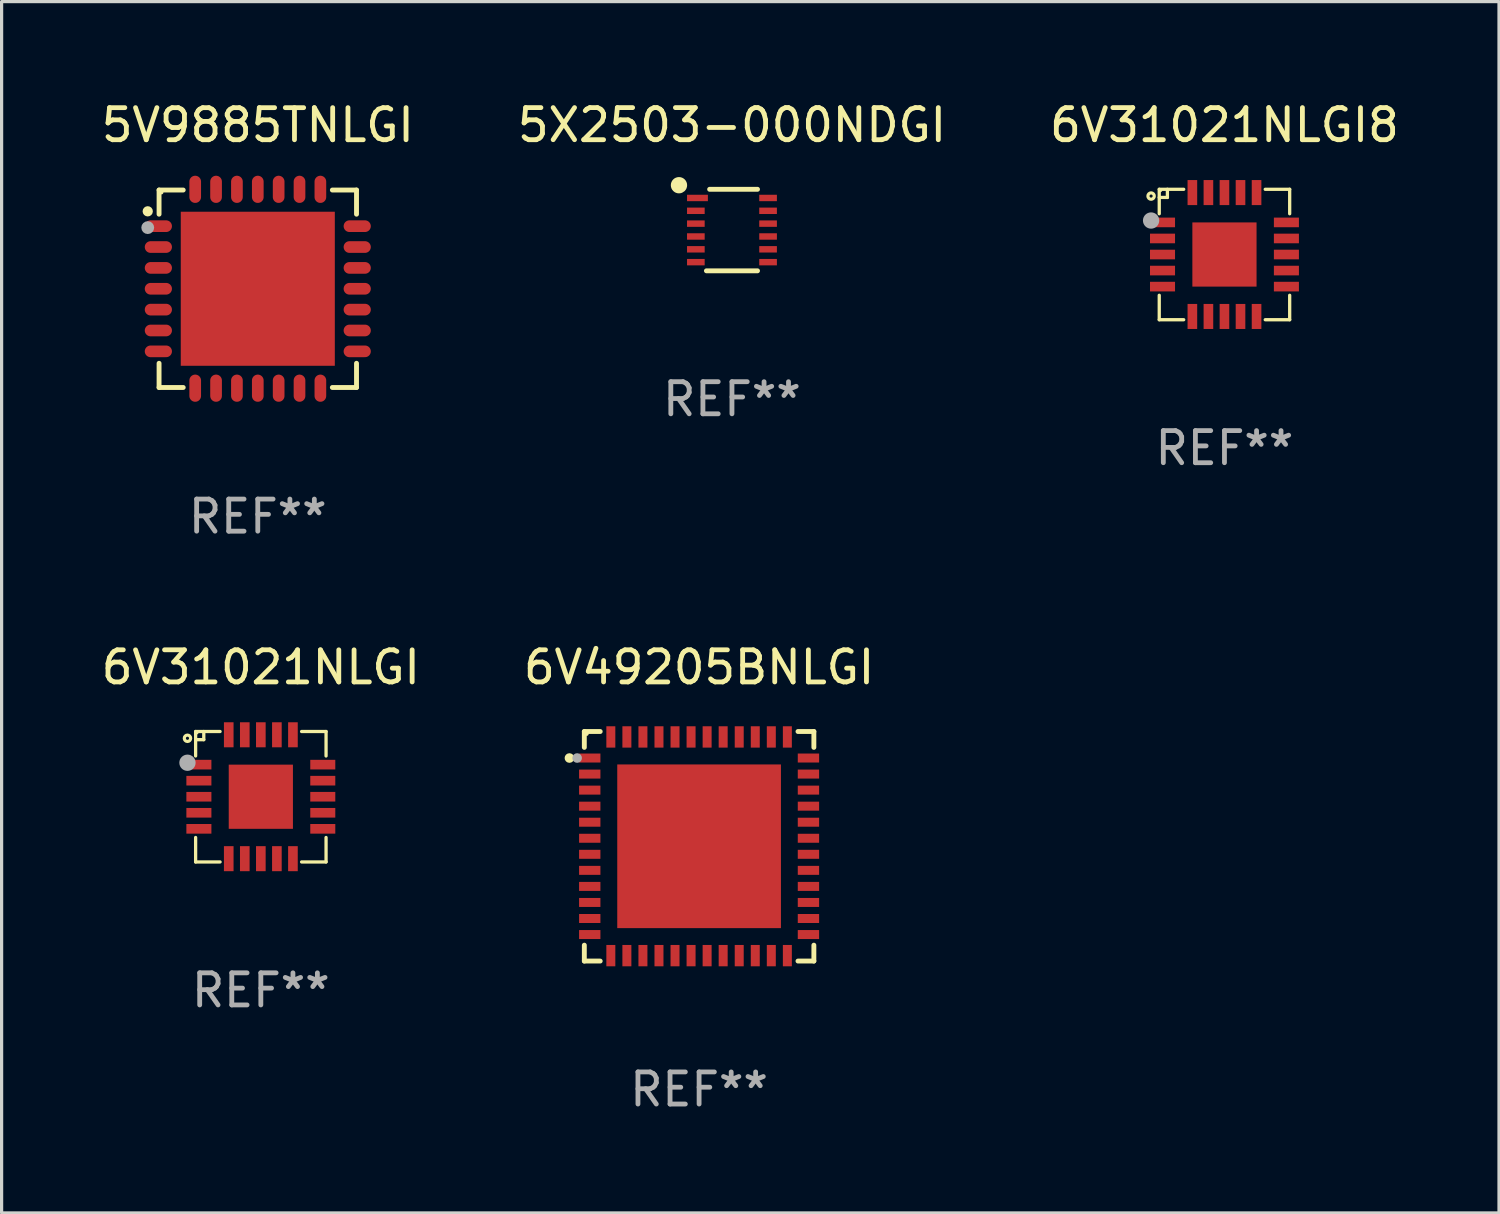
<source format=kicad_pcb>
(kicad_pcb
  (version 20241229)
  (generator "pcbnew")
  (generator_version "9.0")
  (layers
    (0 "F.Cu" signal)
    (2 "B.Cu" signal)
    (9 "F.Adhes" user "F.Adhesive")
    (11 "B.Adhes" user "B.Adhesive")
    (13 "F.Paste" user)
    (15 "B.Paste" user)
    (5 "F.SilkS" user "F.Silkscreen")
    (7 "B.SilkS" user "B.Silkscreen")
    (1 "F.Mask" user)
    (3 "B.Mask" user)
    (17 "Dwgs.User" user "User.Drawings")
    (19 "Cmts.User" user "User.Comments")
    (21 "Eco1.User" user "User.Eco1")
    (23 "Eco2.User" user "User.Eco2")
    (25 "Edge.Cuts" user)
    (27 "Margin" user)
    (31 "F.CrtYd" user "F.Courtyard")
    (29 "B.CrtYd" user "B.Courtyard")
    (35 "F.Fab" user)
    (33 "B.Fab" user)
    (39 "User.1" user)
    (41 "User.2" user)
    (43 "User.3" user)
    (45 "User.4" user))
  (footprint "6V31021NLGI"
    (layer "F.Cu")
    (at 5.077 21.774)
    (property "Reference" "6V31021NLGI" (at 0 -4.032 0) (layer "F.SilkS") (effects (font (size 1 1) (thickness 0.15))))
    (attr through_hole)
    (fp_line (start -2.032 -2.032) (end -1.27 -2.032) (stroke (width 0.102) (type solid)) (layer "F.SilkS"))
    (fp_line (start -2.032 -1.27) (end -2.032 -2.032) (stroke (width 0.102) (type solid)) (layer "F.SilkS"))
    (fp_line (start -2.032 1.27) (end -2.032 2.032) (stroke (width 0.102) (type solid)) (layer "F.SilkS"))
    (fp_line (start -2.032 2.032) (end -1.27 2.032) (stroke (width 0.102) (type solid)) (layer "F.SilkS"))
    (fp_line (start -1.778 -2.032) (end -1.778 -1.778) (stroke (width 0.102) (type solid)) (layer "F.SilkS"))
    (fp_line (start -1.778 -1.778) (end -2.032 -1.778) (stroke (width 0.102) (type solid)) (layer "F.SilkS"))
    (fp_line (start 1.27 -2.032) (end 2.032 -2.032) (stroke (width 0.102) (type solid)) (layer "F.SilkS"))
    (fp_line (start 2.032 -2.032) (end 2.032 -1.27) (stroke (width 0.102) (type solid)) (layer "F.SilkS"))
    (fp_line (start 2.032 1.27) (end 2.032 2.032) (stroke (width 0.102) (type solid)) (layer "F.SilkS"))
    (fp_line (start 2.032 2.032) (end 1.27 2.032) (stroke (width 0.102) (type solid)) (layer "F.SilkS"))
    (fp_circle (center -2.286 -1.821) (end -2.187 -1.821) (stroke (width 0.1) (type solid)) (fill no) (layer "F.SilkS"))
    (fp_circle (center -2 -2) (end -1.97 -2) (stroke (width 0.06) (type solid)) (fill no) (layer "F.SilkS"))
    (fp_circle (center -2.286 -1.059) (end -2.159 -1.059) (stroke (width 0.254) (type solid)) (fill no) (layer "F.Fab"))
    (fp_text user "REF**" (at 0 6.032 0) (layer "F.Fab") (effects (font (size 1 1) (thickness 0.15))))
    (pad "1" smd rect (at -1.93 -1) (size 0.78 0.3) (layers "F.Cu" "F.Mask" "F.Paste"))
    (pad "2" smd rect (at -1.93 -0.5) (size 0.78 0.3) (layers "F.Cu" "F.Mask" "F.Paste"))
    (pad "3" smd rect (at -1.93 0.000279) (size 0.78 0.3) (layers "F.Cu" "F.Mask" "F.Paste"))
    (pad "4" smd rect (at -1.93 0.5) (size 0.78 0.3) (layers "F.Cu" "F.Mask" "F.Paste"))
    (pad "5" smd rect (at -1.93 1) (size 0.78 0.3) (layers "F.Cu" "F.Mask" "F.Paste"))
    (pad "6" smd rect (at -1 1.93) (size 0.3 0.78) (layers "F.Cu" "F.Mask" "F.Paste"))
    (pad "7" smd rect (at -0.5 1.93) (size 0.3 0.78) (layers "F.Cu" "F.Mask" "F.Paste"))
    (pad "8" smd rect (at -0.000076 1.93) (size 0.3 0.78) (layers "F.Cu" "F.Mask" "F.Paste"))
    (pad "9" smd rect (at 0.5 1.93) (size 0.3 0.78) (layers "F.Cu" "F.Mask" "F.Paste"))
    (pad "10" smd rect (at 1 1.93) (size 0.3 0.78) (layers "F.Cu" "F.Mask" "F.Paste"))
    (pad "11" smd rect (at 1.93 1) (size 0.78 0.3) (layers "F.Cu" "F.Mask" "F.Paste"))
    (pad "12" smd rect (at 1.93 0.5) (size 0.78 0.3) (layers "F.Cu" "F.Mask" "F.Paste"))
    (pad "13" smd rect (at 1.93 0.000025) (size 0.78 0.3) (layers "F.Cu" "F.Mask" "F.Paste"))
    (pad "14" smd rect (at 1.93 -0.5) (size 0.78 0.3) (layers "F.Cu" "F.Mask" "F.Paste"))
    (pad "15" smd rect (at 1.93 -1) (size 0.78 0.3) (layers "F.Cu" "F.Mask" "F.Paste"))
    (pad "16" smd rect (at 1 -1.93) (size 0.3 0.78) (layers "F.Cu" "F.Mask" "F.Paste"))
    (pad "17" smd rect (at 0.5 -1.93) (size 0.3 0.78) (layers "F.Cu" "F.Mask" "F.Paste"))
    (pad "18" smd rect (at -0.000076 -1.93) (size 0.3 0.78) (layers "F.Cu" "F.Mask" "F.Paste"))
    (pad "19" smd rect (at -0.5 -1.93) (size 0.3 0.78) (layers "F.Cu" "F.Mask" "F.Paste"))
    (pad "20" smd rect (at -1 -1.93) (size 0.3 0.78) (layers "F.Cu" "F.Mask" "F.Paste"))
    (pad "21" smd rect (at -0.000076 0.000025) (size 2 2) (layers "F.Cu" "F.Mask" "F.Paste")))
  (footprint "6V31021NLGI8"
    (layer "F.Cu")
    (at 35.101 4.88)
    (property "Reference" "6V31021NLGI8" (at 0 -4.032 0) (layer "F.SilkS") (effects (font (size 1 1) (thickness 0.15))))
    (attr through_hole)
    (fp_line (start -2.032 -2.032) (end -1.27 -2.032) (stroke (width 0.102) (type solid)) (layer "F.SilkS"))
    (fp_line (start -2.032 -1.27) (end -2.032 -2.032) (stroke (width 0.102) (type solid)) (layer "F.SilkS"))
    (fp_line (start -2.032 1.27) (end -2.032 2.032) (stroke (width 0.102) (type solid)) (layer "F.SilkS"))
    (fp_line (start -2.032 2.032) (end -1.27 2.032) (stroke (width 0.102) (type solid)) (layer "F.SilkS"))
    (fp_line (start -1.778 -2.032) (end -1.778 -1.778) (stroke (width 0.102) (type solid)) (layer "F.SilkS"))
    (fp_line (start -1.778 -1.778) (end -2.032 -1.778) (stroke (width 0.102) (type solid)) (layer "F.SilkS"))
    (fp_line (start 1.27 -2.032) (end 2.032 -2.032) (stroke (width 0.102) (type solid)) (layer "F.SilkS"))
    (fp_line (start 2.032 -2.032) (end 2.032 -1.27) (stroke (width 0.102) (type solid)) (layer "F.SilkS"))
    (fp_line (start 2.032 1.27) (end 2.032 2.032) (stroke (width 0.102) (type solid)) (layer "F.SilkS"))
    (fp_line (start 2.032 2.032) (end 1.27 2.032) (stroke (width 0.102) (type solid)) (layer "F.SilkS"))
    (fp_circle (center -2.286 -1.821) (end -2.187 -1.821) (stroke (width 0.1) (type solid)) (fill no) (layer "F.SilkS"))
    (fp_circle (center -2 -2) (end -1.97 -2) (stroke (width 0.06) (type solid)) (fill no) (layer "F.SilkS"))
    (fp_circle (center -2.286 -1.059) (end -2.159 -1.059) (stroke (width 0.254) (type solid)) (fill no) (layer "F.Fab"))
    (fp_text user "REF**" (at 0 6.032 0) (layer "F.Fab") (effects (font (size 1 1) (thickness 0.15))))
    (pad "1" smd rect (at -1.93 -1) (size 0.78 0.3) (layers "F.Cu" "F.Mask" "F.Paste"))
    (pad "2" smd rect (at -1.93 -0.5) (size 0.78 0.3) (layers "F.Cu" "F.Mask" "F.Paste"))
    (pad "3" smd rect (at -1.93 0.000279) (size 0.78 0.3) (layers "F.Cu" "F.Mask" "F.Paste"))
    (pad "4" smd rect (at -1.93 0.5) (size 0.78 0.3) (layers "F.Cu" "F.Mask" "F.Paste"))
    (pad "5" smd rect (at -1.93 1) (size 0.78 0.3) (layers "F.Cu" "F.Mask" "F.Paste"))
    (pad "6" smd rect (at -1 1.93) (size 0.3 0.78) (layers "F.Cu" "F.Mask" "F.Paste"))
    (pad "7" smd rect (at -0.5 1.93) (size 0.3 0.78) (layers "F.Cu" "F.Mask" "F.Paste"))
    (pad "8" smd rect (at -0.000076 1.93) (size 0.3 0.78) (layers "F.Cu" "F.Mask" "F.Paste"))
    (pad "9" smd rect (at 0.5 1.93) (size 0.3 0.78) (layers "F.Cu" "F.Mask" "F.Paste"))
    (pad "10" smd rect (at 1 1.93) (size 0.3 0.78) (layers "F.Cu" "F.Mask" "F.Paste"))
    (pad "11" smd rect (at 1.93 1) (size 0.78 0.3) (layers "F.Cu" "F.Mask" "F.Paste"))
    (pad "12" smd rect (at 1.93 0.5) (size 0.78 0.3) (layers "F.Cu" "F.Mask" "F.Paste"))
    (pad "13" smd rect (at 1.93 0.000025) (size 0.78 0.3) (layers "F.Cu" "F.Mask" "F.Paste"))
    (pad "14" smd rect (at 1.93 -0.5) (size 0.78 0.3) (layers "F.Cu" "F.Mask" "F.Paste"))
    (pad "15" smd rect (at 1.93 -1) (size 0.78 0.3) (layers "F.Cu" "F.Mask" "F.Paste"))
    (pad "16" smd rect (at 1 -1.93) (size 0.3 0.78) (layers "F.Cu" "F.Mask" "F.Paste"))
    (pad "17" smd rect (at 0.5 -1.93) (size 0.3 0.78) (layers "F.Cu" "F.Mask" "F.Paste"))
    (pad "18" smd rect (at -0.000076 -1.93) (size 0.3 0.78) (layers "F.Cu" "F.Mask" "F.Paste"))
    (pad "19" smd rect (at -0.5 -1.93) (size 0.3 0.78) (layers "F.Cu" "F.Mask" "F.Paste"))
    (pad "20" smd rect (at -1 -1.93) (size 0.3 0.78) (layers "F.Cu" "F.Mask" "F.Paste"))
    (pad "21" smd rect (at -0.000076 0.000025) (size 2 2) (layers "F.Cu" "F.Mask" "F.Paste")))
  (footprint "5X2503-000NDGI"
    (layer "F.Cu")
    (at 19.756 4.118)
    (property "Reference" "5X2503-000NDGI" (at 0 -3.27 0) (layer "F.SilkS") (effects (font (size 1 1) (thickness 0.15))))
    (attr through_hole)
    (fp_line (start -0.796 1.27) (end 0.796 1.27) (stroke (width 0.152) (type solid)) (layer "F.SilkS"))
    (fp_line (start -0.696 -1.27) (end 0.796 -1.27) (stroke (width 0.152) (type solid)) (layer "F.SilkS"))
    (fp_circle (center -1.651 -1.397) (end -1.524 -1.397) (stroke (width 0.254) (type solid)) (fill no) (layer "F.SilkS"))
    (fp_text user "REF**" (at 0 5.27 0) (layer "F.Fab") (effects (font (size 1 1) (thickness 0.15))))
    (pad "1" smd rect (at -1.075 -1) (size 0.65 0.2) (layers "F.Cu" "F.Mask" "F.Paste"))
    (pad "2" smd rect (at -1.125 -0.6) (size 0.55 0.2) (layers "F.Cu" "F.Mask" "F.Paste"))
    (pad "3" smd rect (at -1.125 -0.2) (size 0.55 0.2) (layers "F.Cu" "F.Mask" "F.Paste"))
    (pad "4" smd rect (at -1.125 0.2) (size 0.55 0.2) (layers "F.Cu" "F.Mask" "F.Paste"))
    (pad "5" smd rect (at -1.125 0.6) (size 0.55 0.2) (layers "F.Cu" "F.Mask" "F.Paste"))
    (pad "6" smd rect (at -1.125 1) (size 0.55 0.2) (layers "F.Cu" "F.Mask" "F.Paste"))
    (pad "7" smd rect (at 1.125 1) (size 0.55 0.2) (layers "F.Cu" "F.Mask" "F.Paste"))
    (pad "8" smd rect (at 1.125 0.6) (size 0.55 0.2) (layers "F.Cu" "F.Mask" "F.Paste"))
    (pad "9" smd rect (at 1.125 0.2) (size 0.55 0.2) (layers "F.Cu" "F.Mask" "F.Paste"))
    (pad "10" smd rect (at 1.125 -0.2) (size 0.55 0.2) (layers "F.Cu" "F.Mask" "F.Paste"))
    (pad "11" smd rect (at 1.125 -0.6) (size 0.55 0.2) (layers "F.Cu" "F.Mask" "F.Paste"))
    (pad "12" smd rect (at 1.125 -1) (size 0.55 0.2) (layers "F.Cu" "F.Mask" "F.Paste")))
  (footprint "5V9885TNLGI"
    (layer "F.Cu")
    (at 4.982 5.947)
    (property "Reference" "5V9885TNLGI" (at 0 -5.098 0) (layer "F.SilkS") (effects (font (size 1 1) (thickness 0.15))))
    (attr through_hole)
    (fp_line (start -3.076 -3.076) (end -3.076 -2.323) (stroke (width 0.152) (type solid)) (layer "F.SilkS"))
    (fp_line (start -3.076 3.076) (end -3.076 2.322) (stroke (width 0.152) (type solid)) (layer "F.SilkS"))
    (fp_line (start -2.323 -3.076) (end -3.076 -3.076) (stroke (width 0.152) (type solid)) (layer "F.SilkS"))
    (fp_line (start -2.323 3.076) (end -3.076 3.076) (stroke (width 0.152) (type solid)) (layer "F.SilkS"))
    (fp_line (start 2.323 -3.076) (end 3.076 -3.076) (stroke (width 0.152) (type solid)) (layer "F.SilkS"))
    (fp_line (start 2.323 3.076) (end 3.076 3.076) (stroke (width 0.152) (type solid)) (layer "F.SilkS"))
    (fp_line (start 3.076 -3.076) (end 3.076 -2.323) (stroke (width 0.152) (type solid)) (layer "F.SilkS"))
    (fp_line (start 3.076 3.076) (end 3.076 2.322) (stroke (width 0.152) (type solid)) (layer "F.SilkS"))
    (fp_circle (center -3.429 -2.413) (end -3.349 -2.413) (stroke (width 0.16) (type solid)) (fill no) (layer "F.SilkS"))
    (fp_circle (center -3 -3) (end -2.97 -3) (stroke (width 0.06) (type solid)) (fill no) (layer "F.SilkS"))
    (fp_circle (center -3.429 -1.905) (end -3.329 -1.905) (stroke (width 0.2) (type solid)) (fill no) (layer "F.Fab"))
    (fp_text user "REF**" (at 0 7.098 0) (layer "F.Fab") (effects (font (size 1 1) (thickness 0.15))))
    (pad "1" smd oval (at -3.098 -1.95) (size 0.847 0.364) (layers "F.Cu" "F.Mask" "F.Paste"))
    (pad "2" smd oval (at -3.098 -1.3) (size 0.847 0.364) (layers "F.Cu" "F.Mask" "F.Paste"))
    (pad "3" smd oval (at -3.098 -0.65) (size 0.847 0.364) (layers "F.Cu" "F.Mask" "F.Paste"))
    (pad "4" smd oval (at -3.098 0) (size 0.847 0.364) (layers "F.Cu" "F.Mask" "F.Paste"))
    (pad "5" smd oval (at -3.098 0.65) (size 0.847 0.364) (layers "F.Cu" "F.Mask" "F.Paste"))
    (pad "6" smd oval (at -3.098 1.3) (size 0.847 0.364) (layers "F.Cu" "F.Mask" "F.Paste"))
    (pad "7" smd oval (at -3.098 1.95) (size 0.847 0.364) (layers "F.Cu" "F.Mask" "F.Paste"))
    (pad "8" smd oval (at -1.95 3.098) (size 0.364 0.847) (layers "F.Cu" "F.Mask" "F.Paste"))
    (pad "9" smd oval (at -1.3 3.098) (size 0.364 0.847) (layers "F.Cu" "F.Mask" "F.Paste"))
    (pad "10" smd oval (at -0.65 3.098) (size 0.364 0.847) (layers "F.Cu" "F.Mask" "F.Paste"))
    (pad "11" smd oval (at 0 3.098) (size 0.364 0.847) (layers "F.Cu" "F.Mask" "F.Paste"))
    (pad "12" smd oval (at 0.65 3.098) (size 0.364 0.847) (layers "F.Cu" "F.Mask" "F.Paste"))
    (pad "13" smd oval (at 1.3 3.098) (size 0.364 0.847) (layers "F.Cu" "F.Mask" "F.Paste"))
    (pad "14" smd oval (at 1.95 3.098) (size 0.364 0.847) (layers "F.Cu" "F.Mask" "F.Paste"))
    (pad "15" smd oval (at 3.098 1.95) (size 0.847 0.364) (layers "F.Cu" "F.Mask" "F.Paste"))
    (pad "16" smd oval (at 3.098 1.3) (size 0.847 0.364) (layers "F.Cu" "F.Mask" "F.Paste"))
    (pad "17" smd oval (at 3.098 0.65) (size 0.847 0.364) (layers "F.Cu" "F.Mask" "F.Paste"))
    (pad "18" smd oval (at 3.098 0) (size 0.847 0.364) (layers "F.Cu" "F.Mask" "F.Paste"))
    (pad "19" smd oval (at 3.098 -0.65) (size 0.847 0.364) (layers "F.Cu" "F.Mask" "F.Paste"))
    (pad "20" smd oval (at 3.098 -1.3) (size 0.847 0.364) (layers "F.Cu" "F.Mask" "F.Paste"))
    (pad "21" smd oval (at 3.098 -1.95) (size 0.847 0.364) (layers "F.Cu" "F.Mask" "F.Paste"))
    (pad "22" smd oval (at 1.95 -3.098) (size 0.364 0.847) (layers "F.Cu" "F.Mask" "F.Paste"))
    (pad "23" smd oval (at 1.3 -3.098) (size 0.364 0.847) (layers "F.Cu" "F.Mask" "F.Paste"))
    (pad "24" smd oval (at 0.65 -3.098) (size 0.364 0.847) (layers "F.Cu" "F.Mask" "F.Paste"))
    (pad "25" smd oval (at 0 -3.098) (size 0.364 0.847) (layers "F.Cu" "F.Mask" "F.Paste"))
    (pad "26" smd oval (at -0.65 -3.098) (size 0.364 0.847) (layers "F.Cu" "F.Mask" "F.Paste"))
    (pad "27" smd oval (at -1.3 -3.098) (size 0.364 0.847) (layers "F.Cu" "F.Mask" "F.Paste"))
    (pad "28" smd oval (at -1.95 -3.098) (size 0.364 0.847) (layers "F.Cu" "F.Mask" "F.Paste"))
    (pad "29" smd rect (at 0 0) (size 4.8 4.8) (layers "F.Cu" "F.Mask" "F.Paste")))
  (footprint "6V49205BNLGI"
    (layer "F.Cu")
    (at 18.732 23.318)
    (property "Reference" "6V49205BNLGI" (at 0 -5.576 0) (layer "F.SilkS") (effects (font (size 1 1) (thickness 0.15))))
    (attr through_hole)
    (fp_line (start -3.576 -3.576) (end -3.576 -3.081) (stroke (width 0.152) (type solid)) (layer "F.SilkS"))
    (fp_line (start -3.576 3.576) (end -3.576 3.081) (stroke (width 0.152) (type solid)) (layer "F.SilkS"))
    (fp_line (start -3.081 -3.576) (end -3.576 -3.576) (stroke (width 0.152) (type solid)) (layer "F.SilkS"))
    (fp_line (start -3.081 3.576) (end -3.576 3.576) (stroke (width 0.152) (type solid)) (layer "F.SilkS"))
    (fp_line (start 3.081 -3.576) (end 3.576 -3.576) (stroke (width 0.152) (type solid)) (layer "F.SilkS"))
    (fp_line (start 3.081 3.576) (end 3.576 3.576) (stroke (width 0.152) (type solid)) (layer "F.SilkS"))
    (fp_line (start 3.576 -3.576) (end 3.576 -3.081) (stroke (width 0.152) (type solid)) (layer "F.SilkS"))
    (fp_line (start 3.576 3.576) (end 3.576 3.081) (stroke (width 0.152) (type solid)) (layer "F.SilkS"))
    (fp_circle (center -4.04 -2.75) (end -3.965 -2.75) (stroke (width 0.15) (type solid)) (fill no) (layer "F.SilkS"))
    (fp_circle (center -3.5 -3.5) (end -3.47 -3.5) (stroke (width 0.06) (type solid)) (fill no) (layer "F.SilkS"))
    (fp_circle (center -3.8 -2.75) (end -3.725 -2.75) (stroke (width 0.15) (type solid)) (fill no) (layer "F.Fab"))
    (fp_text user "REF**" (at 0 7.576 0) (layer "F.Fab") (effects (font (size 1 1) (thickness 0.15))))
    (pad "1" smd rect (at -3.407 -2.75) (size 0.665 0.28) (layers "F.Cu" "F.Mask" "F.Paste"))
    (pad "2" smd rect (at -3.407 -2.25) (size 0.665 0.28) (layers "F.Cu" "F.Mask" "F.Paste"))
    (pad "3" smd rect (at -3.407 -1.75) (size 0.665 0.28) (layers "F.Cu" "F.Mask" "F.Paste"))
    (pad "4" smd rect (at -3.407 -1.25) (size 0.665 0.28) (layers "F.Cu" "F.Mask" "F.Paste"))
    (pad "5" smd rect (at -3.407 -0.75) (size 0.665 0.28) (layers "F.Cu" "F.Mask" "F.Paste"))
    (pad "6" smd rect (at -3.407 -0.25) (size 0.665 0.28) (layers "F.Cu" "F.Mask" "F.Paste"))
    (pad "7" smd rect (at -3.407 0.25) (size 0.665 0.28) (layers "F.Cu" "F.Mask" "F.Paste"))
    (pad "8" smd rect (at -3.407 0.75) (size 0.665 0.28) (layers "F.Cu" "F.Mask" "F.Paste"))
    (pad "9" smd rect (at -3.407 1.25) (size 0.665 0.28) (layers "F.Cu" "F.Mask" "F.Paste"))
    (pad "10" smd rect (at -3.407 1.75) (size 0.665 0.28) (layers "F.Cu" "F.Mask" "F.Paste"))
    (pad "11" smd rect (at -3.407 2.25) (size 0.665 0.28) (layers "F.Cu" "F.Mask" "F.Paste"))
    (pad "12" smd rect (at -3.407 2.75) (size 0.665 0.28) (layers "F.Cu" "F.Mask" "F.Paste"))
    (pad "13" smd rect (at -2.75 3.407) (size 0.28 0.665) (layers "F.Cu" "F.Mask" "F.Paste"))
    (pad "14" smd rect (at -2.25 3.407) (size 0.28 0.665) (layers "F.Cu" "F.Mask" "F.Paste"))
    (pad "15" smd rect (at -1.75 3.407) (size 0.28 0.665) (layers "F.Cu" "F.Mask" "F.Paste"))
    (pad "16" smd rect (at -1.25 3.407) (size 0.28 0.665) (layers "F.Cu" "F.Mask" "F.Paste"))
    (pad "17" smd rect (at -0.75 3.407) (size 0.28 0.665) (layers "F.Cu" "F.Mask" "F.Paste"))
    (pad "18" smd rect (at -0.25 3.407) (size 0.28 0.665) (layers "F.Cu" "F.Mask" "F.Paste"))
    (pad "19" smd rect (at 0.25 3.407) (size 0.28 0.665) (layers "F.Cu" "F.Mask" "F.Paste"))
    (pad "20" smd rect (at 0.75 3.407) (size 0.28 0.665) (layers "F.Cu" "F.Mask" "F.Paste"))
    (pad "21" smd rect (at 1.25 3.407) (size 0.28 0.665) (layers "F.Cu" "F.Mask" "F.Paste"))
    (pad "22" smd rect (at 1.75 3.407) (size 0.28 0.665) (layers "F.Cu" "F.Mask" "F.Paste"))
    (pad "23" smd rect (at 2.25 3.407) (size 0.28 0.665) (layers "F.Cu" "F.Mask" "F.Paste"))
    (pad "24" smd rect (at 2.75 3.407) (size 0.28 0.665) (layers "F.Cu" "F.Mask" "F.Paste"))
    (pad "25" smd rect (at 3.407 2.75) (size 0.665 0.28) (layers "F.Cu" "F.Mask" "F.Paste"))
    (pad "26" smd rect (at 3.407 2.25) (size 0.665 0.28) (layers "F.Cu" "F.Mask" "F.Paste"))
    (pad "27" smd rect (at 3.407 1.75) (size 0.665 0.28) (layers "F.Cu" "F.Mask" "F.Paste"))
    (pad "28" smd rect (at 3.407 1.25) (size 0.665 0.28) (layers "F.Cu" "F.Mask" "F.Paste"))
    (pad "29" smd rect (at 3.407 0.75) (size 0.665 0.28) (layers "F.Cu" "F.Mask" "F.Paste"))
    (pad "30" smd rect (at 3.407 0.25) (size 0.665 0.28) (layers "F.Cu" "F.Mask" "F.Paste"))
    (pad "31" smd rect (at 3.407 -0.25) (size 0.665 0.28) (layers "F.Cu" "F.Mask" "F.Paste"))
    (pad "32" smd rect (at 3.407 -0.75) (size 0.665 0.28) (layers "F.Cu" "F.Mask" "F.Paste"))
    (pad "33" smd rect (at 3.407 -1.25) (size 0.665 0.28) (layers "F.Cu" "F.Mask" "F.Paste"))
    (pad "34" smd rect (at 3.407 -1.75) (size 0.665 0.28) (layers "F.Cu" "F.Mask" "F.Paste"))
    (pad "35" smd rect (at 3.407 -2.25) (size 0.665 0.28) (layers "F.Cu" "F.Mask" "F.Paste"))
    (pad "36" smd rect (at 3.407 -2.75) (size 0.665 0.28) (layers "F.Cu" "F.Mask" "F.Paste"))
    (pad "37" smd rect (at 2.75 -3.407) (size 0.28 0.665) (layers "F.Cu" "F.Mask" "F.Paste"))
    (pad "38" smd rect (at 2.25 -3.407) (size 0.28 0.665) (layers "F.Cu" "F.Mask" "F.Paste"))
    (pad "39" smd rect (at 1.75 -3.407) (size 0.28 0.665) (layers "F.Cu" "F.Mask" "F.Paste"))
    (pad "40" smd rect (at 1.25 -3.407) (size 0.28 0.665) (layers "F.Cu" "F.Mask" "F.Paste"))
    (pad "41" smd rect (at 0.75 -3.407) (size 0.28 0.665) (layers "F.Cu" "F.Mask" "F.Paste"))
    (pad "42" smd rect (at 0.25 -3.407) (size 0.28 0.665) (layers "F.Cu" "F.Mask" "F.Paste"))
    (pad "43" smd rect (at -0.25 -3.407) (size 0.28 0.665) (layers "F.Cu" "F.Mask" "F.Paste"))
    (pad "44" smd rect (at -0.75 -3.407) (size 0.28 0.665) (layers "F.Cu" "F.Mask" "F.Paste"))
    (pad "45" smd rect (at -1.25 -3.407) (size 0.28 0.665) (layers "F.Cu" "F.Mask" "F.Paste"))
    (pad "46" smd rect (at -1.75 -3.407) (size 0.28 0.665) (layers "F.Cu" "F.Mask" "F.Paste"))
    (pad "47" smd rect (at -2.25 -3.407) (size 0.28 0.665) (layers "F.Cu" "F.Mask" "F.Paste"))
    (pad "48" smd rect (at -2.75 -3.407) (size 0.28 0.665) (layers "F.Cu" "F.Mask" "F.Paste"))
    (pad "49" smd rect (at 0 0) (size 5.1 5.1) (layers "F.Cu" "F.Mask" "F.Paste")))
  (gr_rect
    (start -3 -3)
    (end 43.655 34.742)
    (stroke (width 0.1) (type default))
    (fill no)
    (layer "Edge.Cuts")))
</source>
